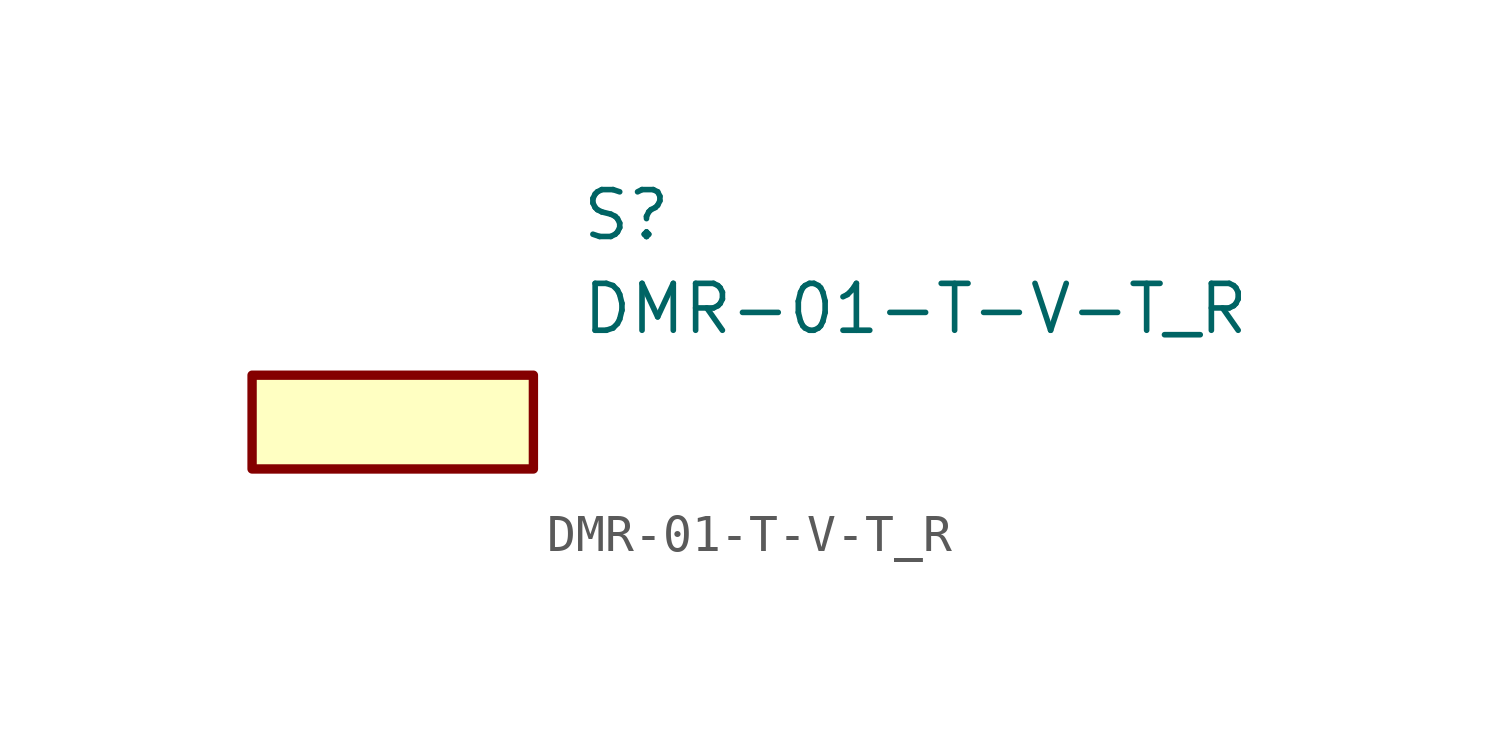
<source format=kicad_sym>
(kicad_symbol_lib
  (version 20211014)
  (generator SamacSys_ECAD_Model)
  (symbol "DMR-01-T-V-T_R"
    (property "Reference" "S"
      (at 13.97 7.62 0)
      (effects (font (size 1.27 1.27)) (justify left top)))
    (property "Value" "DMR-01-T-V-T_R"
      (at 13.97 5.08 0)
      (effects (font (size 1.27 1.27)) (justify left top)))
    (rectangle
      (start 5.08 2.54)
      (end 12.7 0)
      (stroke (width 0.254) (type default))
      (fill (type background)))))
</source>
